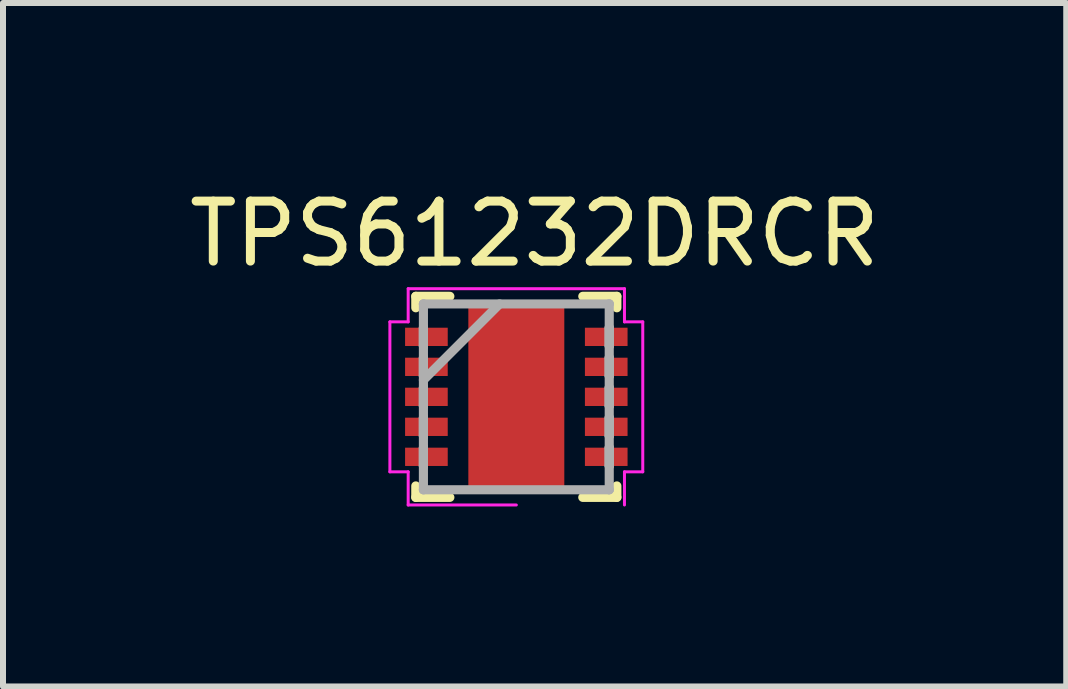
<source format=kicad_pcb>
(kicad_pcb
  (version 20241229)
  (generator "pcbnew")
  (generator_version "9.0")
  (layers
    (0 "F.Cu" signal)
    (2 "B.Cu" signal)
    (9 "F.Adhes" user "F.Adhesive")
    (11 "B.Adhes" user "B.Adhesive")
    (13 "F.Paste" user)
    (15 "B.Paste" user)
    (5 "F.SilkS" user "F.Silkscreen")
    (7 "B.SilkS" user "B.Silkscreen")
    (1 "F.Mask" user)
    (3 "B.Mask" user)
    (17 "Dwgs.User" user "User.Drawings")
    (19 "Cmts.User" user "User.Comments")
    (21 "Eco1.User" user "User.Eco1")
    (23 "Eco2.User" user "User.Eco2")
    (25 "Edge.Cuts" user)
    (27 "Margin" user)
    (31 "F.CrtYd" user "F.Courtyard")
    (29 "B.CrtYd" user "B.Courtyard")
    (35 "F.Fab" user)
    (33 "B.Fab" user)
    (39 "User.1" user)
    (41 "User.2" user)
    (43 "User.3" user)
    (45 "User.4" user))
  (footprint "TPS61232DRCR"
    (layer "F.Cu")
    (at 5.558 3.566)
    (property "Reference" "TPS61232DRCR" (at 0.305 -2.718 0) (layer "F.SilkS") (effects (font (size 1 1) (thickness 0.15))))
    (attr through_hole)
    (fp_line (start -1.676 -1.676) (end -1.676 -1.485) (stroke (width 0.152) (type solid)) (layer "F.SilkS"))
    (fp_line (start -1.676 1.485) (end -1.676 1.676) (stroke (width 0.152) (type solid)) (layer "F.SilkS"))
    (fp_line (start -1.676 1.676) (end -1.108 1.676) (stroke (width 0.152) (type solid)) (layer "F.SilkS"))
    (fp_line (start -1.108 -1.676) (end -1.676 -1.676) (stroke (width 0.152) (type solid)) (layer "F.SilkS"))
    (fp_line (start 1.108 1.676) (end 1.676 1.676) (stroke (width 0.152) (type solid)) (layer "F.SilkS"))
    (fp_line (start 1.676 -1.676) (end 1.108 -1.676) (stroke (width 0.152) (type solid)) (layer "F.SilkS"))
    (fp_line (start 1.676 -1.485) (end 1.676 -1.676) (stroke (width 0.152) (type solid)) (layer "F.SilkS"))
    (fp_line (start 1.676 1.676) (end 1.676 1.485) (stroke (width 0.152) (type solid)) (layer "F.SilkS"))
    (fp_line (start -0.725 -1.474) (end -0.725 -0.887) (stroke (width 0.152) (type solid)) (layer "F.Paste"))
    (fp_line (start -0.725 -0.887) (end -0.635 -0.887) (stroke (width 0.152) (type solid)) (layer "F.Paste"))
    (fp_line (start -0.725 -0.687) (end -0.725 -0.1) (stroke (width 0.152) (type solid)) (layer "F.Paste"))
    (fp_line (start -0.725 -0.1) (end -0.635 -0.1) (stroke (width 0.152) (type solid)) (layer "F.Paste"))
    (fp_line (start -0.725 0.1) (end -0.725 0.687) (stroke (width 0.152) (type solid)) (layer "F.Paste"))
    (fp_line (start -0.725 0.687) (end -0.635 0.687) (stroke (width 0.152) (type solid)) (layer "F.Paste"))
    (fp_line (start -0.725 0.887) (end -0.725 1.474) (stroke (width 0.152) (type solid)) (layer "F.Paste"))
    (fp_line (start -0.725 1.474) (end -0.494 1.474) (stroke (width 0.152) (type solid)) (layer "F.Paste"))
    (fp_line (start -0.635 -0.887) (end -0.635 -0.887) (stroke (width 0.152) (type solid)) (layer "F.Paste"))
    (fp_line (start -0.635 -0.887) (end -0.494 -1.029) (stroke (width 0.152) (type solid)) (layer "F.Paste"))
    (fp_line (start -0.635 -0.687) (end -0.725 -0.687) (stroke (width 0.152) (type solid)) (layer "F.Paste"))
    (fp_line (start -0.635 -0.687) (end -0.635 -0.687) (stroke (width 0.152) (type solid)) (layer "F.Paste"))
    (fp_line (start -0.635 -0.1) (end -0.635 -0.1) (stroke (width 0.152) (type solid)) (layer "F.Paste"))
    (fp_line (start -0.635 -0.1) (end -0.494 -0.241) (stroke (width 0.152) (type solid)) (layer "F.Paste"))
    (fp_line (start -0.635 0.1) (end -0.725 0.1) (stroke (width 0.152) (type solid)) (layer "F.Paste"))
    (fp_line (start -0.635 0.1) (end -0.635 0.1) (stroke (width 0.152) (type solid)) (layer "F.Paste"))
    (fp_line (start -0.635 0.687) (end -0.635 0.687) (stroke (width 0.152) (type solid)) (layer "F.Paste"))
    (fp_line (start -0.635 0.687) (end -0.494 0.546) (stroke (width 0.152) (type solid)) (layer "F.Paste"))
    (fp_line (start -0.635 0.887) (end -0.725 0.887) (stroke (width 0.152) (type solid)) (layer "F.Paste"))
    (fp_line (start -0.635 0.887) (end -0.635 0.887) (stroke (width 0.152) (type solid)) (layer "F.Paste"))
    (fp_line (start -0.494 -1.474) (end -0.725 -1.474) (stroke (width 0.152) (type solid)) (layer "F.Paste"))
    (fp_line (start -0.494 -1.029) (end -0.494 -1.474) (stroke (width 0.152) (type solid)) (layer "F.Paste"))
    (fp_line (start -0.494 -1.029) (end -0.494 -1.029) (stroke (width 0.152) (type solid)) (layer "F.Paste"))
    (fp_line (start -0.494 -0.546) (end -0.635 -0.687) (stroke (width 0.152) (type solid)) (layer "F.Paste"))
    (fp_line (start -0.494 -0.546) (end -0.494 -0.546) (stroke (width 0.152) (type solid)) (layer "F.Paste"))
    (fp_line (start -0.494 -0.241) (end -0.494 -0.546) (stroke (width 0.152) (type solid)) (layer "F.Paste"))
    (fp_line (start -0.494 -0.241) (end -0.494 -0.241) (stroke (width 0.152) (type solid)) (layer "F.Paste"))
    (fp_line (start -0.494 0.241) (end -0.635 0.1) (stroke (width 0.152) (type solid)) (layer "F.Paste"))
    (fp_line (start -0.494 0.241) (end -0.494 0.241) (stroke (width 0.152) (type solid)) (layer "F.Paste"))
    (fp_line (start -0.494 0.546) (end -0.494 0.241) (stroke (width 0.152) (type solid)) (layer "F.Paste"))
    (fp_line (start -0.494 0.546) (end -0.494 0.546) (stroke (width 0.152) (type solid)) (layer "F.Paste"))
    (fp_line (start -0.494 1.029) (end -0.635 0.887) (stroke (width 0.152) (type solid)) (layer "F.Paste"))
    (fp_line (start -0.494 1.029) (end -0.494 1.029) (stroke (width 0.152) (type solid)) (layer "F.Paste"))
    (fp_line (start -0.494 1.474) (end -0.494 1.029) (stroke (width 0.152) (type solid)) (layer "F.Paste"))
    (fp_line (start -0.294 -1.474) (end -0.294 -1.029) (stroke (width 0.152) (type solid)) (layer "F.Paste"))
    (fp_line (start -0.294 -1.029) (end -0.294 -1.029) (stroke (width 0.152) (type solid)) (layer "F.Paste"))
    (fp_line (start -0.294 -1.029) (end -0.152 -0.887) (stroke (width 0.152) (type solid)) (layer "F.Paste"))
    (fp_line (start -0.294 -0.546) (end -0.294 -0.546) (stroke (width 0.152) (type solid)) (layer "F.Paste"))
    (fp_line (start -0.294 -0.546) (end -0.294 -0.241) (stroke (width 0.152) (type solid)) (layer "F.Paste"))
    (fp_line (start -0.294 -0.241) (end -0.294 -0.241) (stroke (width 0.152) (type solid)) (layer "F.Paste"))
    (fp_line (start -0.294 -0.241) (end -0.152 -0.1) (stroke (width 0.152) (type solid)) (layer "F.Paste"))
    (fp_line (start -0.294 0.241) (end -0.294 0.241) (stroke (width 0.152) (type solid)) (layer "F.Paste"))
    (fp_line (start -0.294 0.241) (end -0.294 0.546) (stroke (width 0.152) (type solid)) (layer "F.Paste"))
    (fp_line (start -0.294 0.546) (end -0.294 0.546) (stroke (width 0.152) (type solid)) (layer "F.Paste"))
    (fp_line (start -0.294 0.546) (end -0.152 0.687) (stroke (width 0.152) (type solid)) (layer "F.Paste"))
    (fp_line (start -0.294 1.029) (end -0.294 1.029) (stroke (width 0.152) (type solid)) (layer "F.Paste"))
    (fp_line (start -0.294 1.029) (end -0.294 1.474) (stroke (width 0.152) (type solid)) (layer "F.Paste"))
    (fp_line (start -0.294 1.474) (end 0.294 1.474) (stroke (width 0.152) (type solid)) (layer "F.Paste"))
    (fp_line (start -0.152 -0.887) (end -0.152 -0.887) (stroke (width 0.152) (type solid)) (layer "F.Paste"))
    (fp_line (start -0.152 -0.887) (end 0.152 -0.887) (stroke (width 0.152) (type solid)) (layer "F.Paste"))
    (fp_line (start -0.152 -0.687) (end -0.294 -0.546) (stroke (width 0.152) (type solid)) (layer "F.Paste"))
    (fp_line (start -0.152 -0.687) (end -0.152 -0.687) (stroke (width 0.152) (type solid)) (layer "F.Paste"))
    (fp_line (start -0.152 -0.1) (end -0.152 -0.1) (stroke (width 0.152) (type solid)) (layer "F.Paste"))
    (fp_line (start -0.152 -0.1) (end 0.152 -0.1) (stroke (width 0.152) (type solid)) (layer "F.Paste"))
    (fp_line (start -0.152 0.1) (end -0.294 0.241) (stroke (width 0.152) (type solid)) (layer "F.Paste"))
    (fp_line (start -0.152 0.1) (end -0.152 0.1) (stroke (width 0.152) (type solid)) (layer "F.Paste"))
    (fp_line (start -0.152 0.687) (end -0.152 0.687) (stroke (width 0.152) (type solid)) (layer "F.Paste"))
    (fp_line (start -0.152 0.687) (end 0.152 0.687) (stroke (width 0.152) (type solid)) (layer "F.Paste"))
    (fp_line (start -0.152 0.887) (end -0.294 1.029) (stroke (width 0.152) (type solid)) (layer "F.Paste"))
    (fp_line (start -0.152 0.887) (end -0.152 0.887) (stroke (width 0.152) (type solid)) (layer "F.Paste"))
    (fp_line (start 0.152 -0.887) (end 0.152 -0.887) (stroke (width 0.152) (type solid)) (layer "F.Paste"))
    (fp_line (start 0.152 -0.887) (end 0.294 -1.029) (stroke (width 0.152) (type solid)) (layer "F.Paste"))
    (fp_line (start 0.152 -0.687) (end -0.152 -0.687) (stroke (width 0.152) (type solid)) (layer "F.Paste"))
    (fp_line (start 0.152 -0.687) (end 0.152 -0.687) (stroke (width 0.152) (type solid)) (layer "F.Paste"))
    (fp_line (start 0.152 -0.1) (end 0.152 -0.1) (stroke (width 0.152) (type solid)) (layer "F.Paste"))
    (fp_line (start 0.152 -0.1) (end 0.294 -0.241) (stroke (width 0.152) (type solid)) (layer "F.Paste"))
    (fp_line (start 0.152 0.1) (end -0.152 0.1) (stroke (width 0.152) (type solid)) (layer "F.Paste"))
    (fp_line (start 0.152 0.1) (end 0.152 0.1) (stroke (width 0.152) (type solid)) (layer "F.Paste"))
    (fp_line (start 0.152 0.687) (end 0.152 0.687) (stroke (width 0.152) (type solid)) (layer "F.Paste"))
    (fp_line (start 0.152 0.687) (end 0.294 0.546) (stroke (width 0.152) (type solid)) (layer "F.Paste"))
    (fp_line (start 0.152 0.887) (end -0.152 0.887) (stroke (width 0.152) (type solid)) (layer "F.Paste"))
    (fp_line (start 0.152 0.887) (end 0.152 0.887) (stroke (width 0.152) (type solid)) (layer "F.Paste"))
    (fp_line (start 0.294 -1.474) (end -0.294 -1.474) (stroke (width 0.152) (type solid)) (layer "F.Paste"))
    (fp_line (start 0.294 -1.029) (end 0.294 -1.474) (stroke (width 0.152) (type solid)) (layer "F.Paste"))
    (fp_line (start 0.294 -1.029) (end 0.294 -1.029) (stroke (width 0.152) (type solid)) (layer "F.Paste"))
    (fp_line (start 0.294 -0.546) (end 0.152 -0.687) (stroke (width 0.152) (type solid)) (layer "F.Paste"))
    (fp_line (start 0.294 -0.546) (end 0.294 -0.546) (stroke (width 0.152) (type solid)) (layer "F.Paste"))
    (fp_line (start 0.294 -0.241) (end 0.294 -0.546) (stroke (width 0.152) (type solid)) (layer "F.Paste"))
    (fp_line (start 0.294 -0.241) (end 0.294 -0.241) (stroke (width 0.152) (type solid)) (layer "F.Paste"))
    (fp_line (start 0.294 0.241) (end 0.152 0.1) (stroke (width 0.152) (type solid)) (layer "F.Paste"))
    (fp_line (start 0.294 0.241) (end 0.294 0.241) (stroke (width 0.152) (type solid)) (layer "F.Paste"))
    (fp_line (start 0.294 0.546) (end 0.294 0.241) (stroke (width 0.152) (type solid)) (layer "F.Paste"))
    (fp_line (start 0.294 0.546) (end 0.294 0.546) (stroke (width 0.152) (type solid)) (layer "F.Paste"))
    (fp_line (start 0.294 1.029) (end 0.152 0.887) (stroke (width 0.152) (type solid)) (layer "F.Paste"))
    (fp_line (start 0.294 1.029) (end 0.294 1.029) (stroke (width 0.152) (type solid)) (layer "F.Paste"))
    (fp_line (start 0.294 1.474) (end 0.294 1.029) (stroke (width 0.152) (type solid)) (layer "F.Paste"))
    (fp_line (start 0.494 -1.474) (end 0.494 -1.029) (stroke (width 0.152) (type solid)) (layer "F.Paste"))
    (fp_line (start 0.494 -1.029) (end 0.494 -1.029) (stroke (width 0.152) (type solid)) (layer "F.Paste"))
    (fp_line (start 0.494 -1.029) (end 0.635 -0.887) (stroke (width 0.152) (type solid)) (layer "F.Paste"))
    (fp_line (start 0.494 -0.546) (end 0.494 -0.546) (stroke (width 0.152) (type solid)) (layer "F.Paste"))
    (fp_line (start 0.494 -0.546) (end 0.494 -0.241) (stroke (width 0.152) (type solid)) (layer "F.Paste"))
    (fp_line (start 0.494 -0.241) (end 0.494 -0.241) (stroke (width 0.152) (type solid)) (layer "F.Paste"))
    (fp_line (start 0.494 -0.241) (end 0.635 -0.1) (stroke (width 0.152) (type solid)) (layer "F.Paste"))
    (fp_line (start 0.494 0.241) (end 0.494 0.241) (stroke (width 0.152) (type solid)) (layer "F.Paste"))
    (fp_line (start 0.494 0.241) (end 0.494 0.546) (stroke (width 0.152) (type solid)) (layer "F.Paste"))
    (fp_line (start 0.494 0.546) (end 0.494 0.546) (stroke (width 0.152) (type solid)) (layer "F.Paste"))
    (fp_line (start 0.494 0.546) (end 0.635 0.687) (stroke (width 0.152) (type solid)) (layer "F.Paste"))
    (fp_line (start 0.494 1.029) (end 0.494 1.029) (stroke (width 0.152) (type solid)) (layer "F.Paste"))
    (fp_line (start 0.494 1.029) (end 0.494 1.474) (stroke (width 0.152) (type solid)) (layer "F.Paste"))
    (fp_line (start 0.494 1.474) (end 0.725 1.474) (stroke (width 0.152) (type solid)) (layer "F.Paste"))
    (fp_line (start 0.635 -0.887) (end 0.635 -0.887) (stroke (width 0.152) (type solid)) (layer "F.Paste"))
    (fp_line (start 0.635 -0.887) (end 0.725 -0.887) (stroke (width 0.152) (type solid)) (layer "F.Paste"))
    (fp_line (start 0.635 -0.687) (end 0.494 -0.546) (stroke (width 0.152) (type solid)) (layer "F.Paste"))
    (fp_line (start 0.635 -0.687) (end 0.635 -0.687) (stroke (width 0.152) (type solid)) (layer "F.Paste"))
    (fp_line (start 0.635 -0.1) (end 0.635 -0.1) (stroke (width 0.152) (type solid)) (layer "F.Paste"))
    (fp_line (start 0.635 -0.1) (end 0.725 -0.1) (stroke (width 0.152) (type solid)) (layer "F.Paste"))
    (fp_line (start 0.635 0.1) (end 0.494 0.241) (stroke (width 0.152) (type solid)) (layer "F.Paste"))
    (fp_line (start 0.635 0.1) (end 0.635 0.1) (stroke (width 0.152) (type solid)) (layer "F.Paste"))
    (fp_line (start 0.635 0.687) (end 0.635 0.687) (stroke (width 0.152) (type solid)) (layer "F.Paste"))
    (fp_line (start 0.635 0.687) (end 0.725 0.687) (stroke (width 0.152) (type solid)) (layer "F.Paste"))
    (fp_line (start 0.635 0.887) (end 0.494 1.029) (stroke (width 0.152) (type solid)) (layer "F.Paste"))
    (fp_line (start 0.635 0.887) (end 0.635 0.887) (stroke (width 0.152) (type solid)) (layer "F.Paste"))
    (fp_line (start 0.725 -1.474) (end 0.494 -1.474) (stroke (width 0.152) (type solid)) (layer "F.Paste"))
    (fp_line (start 0.725 -0.887) (end 0.725 -1.474) (stroke (width 0.152) (type solid)) (layer "F.Paste"))
    (fp_line (start 0.725 -0.687) (end 0.635 -0.687) (stroke (width 0.152) (type solid)) (layer "F.Paste"))
    (fp_line (start 0.725 -0.1) (end 0.725 -0.687) (stroke (width 0.152) (type solid)) (layer "F.Paste"))
    (fp_line (start 0.725 0.1) (end 0.635 0.1) (stroke (width 0.152) (type solid)) (layer "F.Paste"))
    (fp_line (start 0.725 0.687) (end 0.725 0.1) (stroke (width 0.152) (type solid)) (layer "F.Paste"))
    (fp_line (start 0.725 0.887) (end 0.635 0.887) (stroke (width 0.152) (type solid)) (layer "F.Paste"))
    (fp_line (start 0.725 1.474) (end 0.725 0.887) (stroke (width 0.152) (type solid)) (layer "F.Paste"))
    (fp_circle (center -0.394 -0.787) (end -0.343 -0.787) (stroke (width 0.152) (type solid)) (fill no) (layer "Eco1.User"))
    (fp_circle (center -0.394 0) (end -0.343 0) (stroke (width 0.152) (type solid)) (fill no) (layer "Eco1.User"))
    (fp_circle (center -0.394 0.787) (end -0.343 0.787) (stroke (width 0.152) (type solid)) (fill no) (layer "Eco1.User"))
    (fp_circle (center 0.394 -0.787) (end 0.445 -0.787) (stroke (width 0.152) (type solid)) (fill no) (layer "Eco1.User"))
    (fp_circle (center 0.394 0) (end 0.445 0) (stroke (width 0.152) (type solid)) (fill no) (layer "Eco1.User"))
    (fp_circle (center 0.394 0.787) (end 0.445 0.787) (stroke (width 0.152) (type solid)) (fill no) (layer "Eco1.User"))
    (fp_line (start -2.108 -1.25) (end -1.803 -1.25) (stroke (width 0.05) (type solid)) (layer "F.CrtYd"))
    (fp_line (start -2.108 1.25) (end -2.108 -1.25) (stroke (width 0.05) (type solid)) (layer "F.CrtYd"))
    (fp_line (start -1.803 -1.803) (end 1.803 -1.803) (stroke (width 0.05) (type solid)) (layer "F.CrtYd"))
    (fp_line (start -1.803 -1.25) (end -1.803 -1.803) (stroke (width 0.05) (type solid)) (layer "F.CrtYd"))
    (fp_line (start -1.803 1.25) (end -2.108 1.25) (stroke (width 0.05) (type solid)) (layer "F.CrtYd"))
    (fp_line (start -1.803 1.803) (end -1.803 1.25) (stroke (width 0.05) (type solid)) (layer "F.CrtYd"))
    (fp_line (start 0 1.803) (end -1.803 1.803) (stroke (width 0.05) (type solid)) (layer "F.CrtYd"))
    (fp_line (start 1.803 -1.803) (end 1.803 -1.25) (stroke (width 0.05) (type solid)) (layer "F.CrtYd"))
    (fp_line (start 1.803 -1.25) (end 2.108 -1.25) (stroke (width 0.05) (type solid)) (layer "F.CrtYd"))
    (fp_line (start 1.803 1.25) (end 1.803 1.803) (stroke (width 0.05) (type solid)) (layer "F.CrtYd"))
    (fp_line (start 2.108 -1.25) (end 2.108 1.25) (stroke (width 0.05) (type solid)) (layer "F.CrtYd"))
    (fp_line (start 2.108 1.25) (end 1.803 1.25) (stroke (width 0.05) (type solid)) (layer "F.CrtYd"))
    (fp_line (start -1.549 -1.549) (end -1.549 -1.549) (stroke (width 0.152) (type solid)) (layer "F.Fab"))
    (fp_line (start -1.549 -1.549) (end -1.549 1.549) (stroke (width 0.152) (type solid)) (layer "F.Fab"))
    (fp_line (start -1.549 -1.152) (end -1.549 -1.152) (stroke (width 0.152) (type solid)) (layer "F.Fab"))
    (fp_line (start -1.549 -1.152) (end -1.549 -0.848) (stroke (width 0.152) (type solid)) (layer "F.Fab"))
    (fp_line (start -1.549 -0.848) (end -1.549 -1.152) (stroke (width 0.152) (type solid)) (layer "F.Fab"))
    (fp_line (start -1.549 -0.848) (end -1.549 -0.848) (stroke (width 0.152) (type solid)) (layer "F.Fab"))
    (fp_line (start -1.549 -0.652) (end -1.549 -0.652) (stroke (width 0.152) (type solid)) (layer "F.Fab"))
    (fp_line (start -1.549 -0.652) (end -1.549 -0.348) (stroke (width 0.152) (type solid)) (layer "F.Fab"))
    (fp_line (start -1.549 -0.348) (end -1.549 -0.652) (stroke (width 0.152) (type solid)) (layer "F.Fab"))
    (fp_line (start -1.549 -0.348) (end -1.549 -0.348) (stroke (width 0.152) (type solid)) (layer "F.Fab"))
    (fp_line (start -1.549 -0.279) (end -0.279 -1.549) (stroke (width 0.152) (type solid)) (layer "F.Fab"))
    (fp_line (start -1.549 -0.152) (end -1.549 -0.152) (stroke (width 0.152) (type solid)) (layer "F.Fab"))
    (fp_line (start -1.549 -0.152) (end -1.549 0.152) (stroke (width 0.152) (type solid)) (layer "F.Fab"))
    (fp_line (start -1.549 0.152) (end -1.549 -0.152) (stroke (width 0.152) (type solid)) (layer "F.Fab"))
    (fp_line (start -1.549 0.152) (end -1.549 0.152) (stroke (width 0.152) (type solid)) (layer "F.Fab"))
    (fp_line (start -1.549 0.348) (end -1.549 0.348) (stroke (width 0.152) (type solid)) (layer "F.Fab"))
    (fp_line (start -1.549 0.348) (end -1.549 0.652) (stroke (width 0.152) (type solid)) (layer "F.Fab"))
    (fp_line (start -1.549 0.652) (end -1.549 0.348) (stroke (width 0.152) (type solid)) (layer "F.Fab"))
    (fp_line (start -1.549 0.652) (end -1.549 0.652) (stroke (width 0.152) (type solid)) (layer "F.Fab"))
    (fp_line (start -1.549 0.848) (end -1.549 0.848) (stroke (width 0.152) (type solid)) (layer "F.Fab"))
    (fp_line (start -1.549 0.848) (end -1.549 1.152) (stroke (width 0.152) (type solid)) (layer "F.Fab"))
    (fp_line (start -1.549 1.152) (end -1.549 0.848) (stroke (width 0.152) (type solid)) (layer "F.Fab"))
    (fp_line (start -1.549 1.152) (end -1.549 1.152) (stroke (width 0.152) (type solid)) (layer "F.Fab"))
    (fp_line (start -1.549 1.549) (end -1.549 1.549) (stroke (width 0.152) (type solid)) (layer "F.Fab"))
    (fp_line (start -1.549 1.549) (end 1.549 1.549) (stroke (width 0.152) (type solid)) (layer "F.Fab"))
    (fp_line (start 1.549 -1.549) (end -1.549 -1.549) (stroke (width 0.152) (type solid)) (layer "F.Fab"))
    (fp_line (start 1.549 -1.549) (end 1.549 -1.549) (stroke (width 0.152) (type solid)) (layer "F.Fab"))
    (fp_line (start 1.549 -1.152) (end 1.549 -1.152) (stroke (width 0.152) (type solid)) (layer "F.Fab"))
    (fp_line (start 1.549 -1.152) (end 1.549 -0.848) (stroke (width 0.152) (type solid)) (layer "F.Fab"))
    (fp_line (start 1.549 -0.848) (end 1.549 -1.152) (stroke (width 0.152) (type solid)) (layer "F.Fab"))
    (fp_line (start 1.549 -0.848) (end 1.549 -0.848) (stroke (width 0.152) (type solid)) (layer "F.Fab"))
    (fp_line (start 1.549 -0.652) (end 1.549 -0.652) (stroke (width 0.152) (type solid)) (layer "F.Fab"))
    (fp_line (start 1.549 -0.652) (end 1.549 -0.348) (stroke (width 0.152) (type solid)) (layer "F.Fab"))
    (fp_line (start 1.549 -0.348) (end 1.549 -0.652) (stroke (width 0.152) (type solid)) (layer "F.Fab"))
    (fp_line (start 1.549 -0.348) (end 1.549 -0.348) (stroke (width 0.152) (type solid)) (layer "F.Fab"))
    (fp_line (start 1.549 -0.152) (end 1.549 -0.152) (stroke (width 0.152) (type solid)) (layer "F.Fab"))
    (fp_line (start 1.549 -0.152) (end 1.549 0.152) (stroke (width 0.152) (type solid)) (layer "F.Fab"))
    (fp_line (start 1.549 0.152) (end 1.549 -0.152) (stroke (width 0.152) (type solid)) (layer "F.Fab"))
    (fp_line (start 1.549 0.152) (end 1.549 0.152) (stroke (width 0.152) (type solid)) (layer "F.Fab"))
    (fp_line (start 1.549 0.348) (end 1.549 0.348) (stroke (width 0.152) (type solid)) (layer "F.Fab"))
    (fp_line (start 1.549 0.348) (end 1.549 0.652) (stroke (width 0.152) (type solid)) (layer "F.Fab"))
    (fp_line (start 1.549 0.652) (end 1.549 0.348) (stroke (width 0.152) (type solid)) (layer "F.Fab"))
    (fp_line (start 1.549 0.652) (end 1.549 0.652) (stroke (width 0.152) (type solid)) (layer "F.Fab"))
    (fp_line (start 1.549 0.848) (end 1.549 0.848) (stroke (width 0.152) (type solid)) (layer "F.Fab"))
    (fp_line (start 1.549 0.848) (end 1.549 1.152) (stroke (width 0.152) (type solid)) (layer "F.Fab"))
    (fp_line (start 1.549 1.152) (end 1.549 0.848) (stroke (width 0.152) (type solid)) (layer "F.Fab"))
    (fp_line (start 1.549 1.152) (end 1.549 1.152) (stroke (width 0.152) (type solid)) (layer "F.Fab"))
    (fp_line (start 1.549 1.549) (end 1.549 -1.549) (stroke (width 0.152) (type solid)) (layer "F.Fab"))
    (fp_line (start 1.549 1.549) (end 1.549 1.549) (stroke (width 0.152) (type solid)) (layer "F.Fab"))
    (pad "1" smd rect (at -1.499 -1 90) (size 0.305 0.711) (layers "F.Cu" "F.Mask" "F.Paste"))
    (pad "2" smd rect (at -1.499 -0.5 90) (size 0.305 0.711) (layers "F.Cu" "F.Mask" "F.Paste"))
    (pad "3" smd rect (at -1.499 0 90) (size 0.305 0.711) (layers "F.Cu" "F.Mask" "F.Paste"))
    (pad "4" smd rect (at -1.499 0.5 90) (size 0.305 0.711) (layers "F.Cu" "F.Mask" "F.Paste"))
    (pad "5" smd rect (at -1.499 1 90) (size 0.305 0.711) (layers "F.Cu" "F.Mask" "F.Paste"))
    (pad "6" smd rect (at 1.499 1 90) (size 0.305 0.711) (layers "F.Cu" "F.Mask" "F.Paste"))
    (pad "7" smd rect (at 1.499 0.5 90) (size 0.305 0.711) (layers "F.Cu" "F.Mask" "F.Paste"))
    (pad "8" smd rect (at 1.499 0 90) (size 0.305 0.711) (layers "F.Cu" "F.Mask" "F.Paste"))
    (pad "9" smd rect (at 1.499 -0.5 90) (size 0.305 0.711) (layers "F.Cu" "F.Mask" "F.Paste"))
    (pad "10" smd rect (at 1.499 -1 90) (size 0.305 0.711) (layers "F.Cu" "F.Mask" "F.Paste"))
    (pad "11" smd rect (at 0 0) (size 1.6 3.099) (layers "F.Cu" "F.Mask" "F.Paste")))
  (gr_rect
    (start -3 -3)
    (end 14.726 8.394)
    (stroke (width 0.1) (type default))
    (fill no)
    (layer "Edge.Cuts")))
</source>
